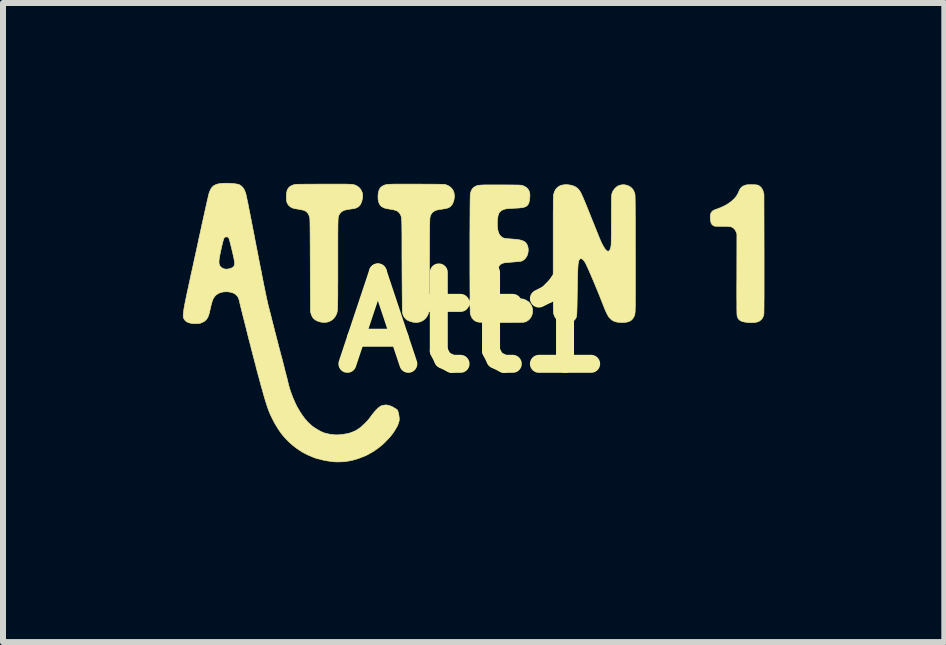
<source format=kicad_pcb>
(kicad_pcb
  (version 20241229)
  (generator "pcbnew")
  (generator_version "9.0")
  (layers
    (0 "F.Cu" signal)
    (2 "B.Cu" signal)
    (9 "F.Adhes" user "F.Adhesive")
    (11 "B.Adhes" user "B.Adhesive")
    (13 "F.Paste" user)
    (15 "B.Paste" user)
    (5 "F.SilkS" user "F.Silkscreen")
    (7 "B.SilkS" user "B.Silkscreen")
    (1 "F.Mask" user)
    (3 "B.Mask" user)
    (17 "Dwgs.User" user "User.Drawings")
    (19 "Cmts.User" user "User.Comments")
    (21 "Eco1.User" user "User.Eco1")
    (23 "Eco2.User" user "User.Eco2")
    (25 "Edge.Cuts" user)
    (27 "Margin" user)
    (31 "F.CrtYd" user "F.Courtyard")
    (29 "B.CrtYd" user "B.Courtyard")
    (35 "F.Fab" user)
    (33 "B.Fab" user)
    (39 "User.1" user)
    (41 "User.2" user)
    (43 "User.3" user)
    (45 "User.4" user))
  (footprint "Att1"
    (layer "F.Cu")
    (at 4.847 2.327)
    (property "Reference" "Att1" (at 0 0 0) (layer "F.SilkS") (effects (font (size 1.524 1.524) (thickness 0.3))))
    (attr through_hole)
    (fp_poly (pts (xy 4.672 -2.297) (xy 4.698 -2.296) (xy 4.719 -2.294) (xy 4.735 -2.291) (xy 4.749 -2.286) (xy 4.761 -2.279) (xy 4.774 -2.269) (xy 4.782 -2.262) (xy 4.8 -2.242) (xy 4.814 -2.22) (xy 4.826 -2.192) (xy 4.831 -2.174) (xy 4.841 -2.139) (xy 4.843 -1.152) (xy 4.843 -1.03) (xy 4.843 -0.917) (xy 4.843 -0.812) (xy 4.843 -0.715) (xy 4.843 -0.627) (xy 4.843 -0.546) (xy 4.843 -0.473) (xy 4.843 -0.408) (xy 4.842 -0.35) (xy 4.842 -0.299) (xy 4.842 -0.256) (xy 4.841 -0.219) (xy 4.841 -0.19) (xy 4.841 -0.166) (xy 4.84 -0.15) (xy 4.84 -0.139) (xy 4.839 -0.136) (xy 4.829 -0.1) (xy 4.813 -0.068) (xy 4.79 -0.042) (xy 4.763 -0.022) (xy 4.753 -0.017) (xy 4.72 -0.006) (xy 4.681 0.001) (xy 4.635 0.003) (xy 4.585 0.001) (xy 4.566 -0.000452) (xy 4.521 -0.007) (xy 4.485 -0.015) (xy 4.456 -0.026) (xy 4.433 -0.041) (xy 4.415 -0.059) (xy 4.403 -0.082) (xy 4.394 -0.109) (xy 4.392 -0.121) (xy 4.392 -0.128) (xy 4.391 -0.142) (xy 4.39 -0.161) (xy 4.39 -0.186) (xy 4.389 -0.218) (xy 4.389 -0.256) (xy 4.389 -0.301) (xy 4.389 -0.353) (xy 4.388 -0.413) (xy 4.388 -0.48) (xy 4.388 -0.556) (xy 4.388 -0.639) (xy 4.389 -0.73) (xy 4.389 -0.812) (xy 4.39 -1.474) (xy 4.38 -1.502) (xy 4.367 -1.532) (xy 4.352 -1.555) (xy 4.334 -1.573) (xy 4.325 -1.579) (xy 4.313 -1.586) (xy 4.302 -1.591) (xy 4.29 -1.595) (xy 4.276 -1.598) (xy 4.258 -1.6) (xy 4.236 -1.602) (xy 4.208 -1.602) (xy 4.174 -1.603) (xy 4.146 -1.603) (xy 4.113 -1.603) (xy 4.082 -1.604) (xy 4.056 -1.604) (xy 4.035 -1.605) (xy 4.02 -1.606) (xy 4.015 -1.607) (xy 3.993 -1.618) (xy 3.974 -1.634) (xy 3.964 -1.65) (xy 3.956 -1.672) (xy 3.95 -1.699) (xy 3.947 -1.73) (xy 3.946 -1.762) (xy 3.947 -1.768) (xy 3.948 -1.79) (xy 3.951 -1.806) (xy 3.956 -1.819) (xy 3.962 -1.831) (xy 3.97 -1.844) (xy 3.98 -1.855) (xy 3.992 -1.865) (xy 4.009 -1.873) (xy 4.031 -1.883) (xy 4.057 -1.892) (xy 4.127 -1.919) (xy 4.191 -1.949) (xy 4.249 -1.984) (xy 4.299 -2.021) (xy 4.338 -2.056) (xy 4.362 -2.082) (xy 4.381 -2.106) (xy 4.397 -2.131) (xy 4.411 -2.159) (xy 4.421 -2.181) (xy 4.435 -2.212) (xy 4.449 -2.236) (xy 4.465 -2.254) (xy 4.485 -2.269) (xy 4.509 -2.281) (xy 4.524 -2.287) (xy 4.535 -2.29) (xy 4.545 -2.293) (xy 4.556 -2.295) (xy 4.57 -2.296) (xy 4.588 -2.297) (xy 4.612 -2.297) (xy 4.638 -2.297) (xy 4.672 -2.297)) (stroke (width 0.01) (type solid)) (fill yes) (layer "F.SilkS"))
    (fp_poly (pts (xy -2.204 -2.307) (xy -2.163 -2.307) (xy -2.128 -2.307) (xy -2.098 -2.306) (xy -2.073 -2.305) (xy -2.051 -2.304) (xy -2.033 -2.303) (xy -2.018 -2.301) (xy -2.006 -2.299) (xy -1.995 -2.297) (xy -1.986 -2.294) (xy -1.977 -2.291) (xy -1.969 -2.288) (xy -1.961 -2.284) (xy -1.953 -2.281) (xy -1.921 -2.26) (xy -1.894 -2.234) (xy -1.873 -2.202) (xy -1.858 -2.167) (xy -1.851 -2.127) (xy -1.851 -2.085) (xy -1.853 -2.075) (xy -1.862 -2.029) (xy -1.876 -1.99) (xy -1.894 -1.958) (xy -1.917 -1.933) (xy -1.931 -1.924) (xy -1.944 -1.916) (xy -1.956 -1.911) (xy -1.968 -1.906) (xy -1.984 -1.902) (xy -2.003 -1.898) (xy -2.028 -1.894) (xy -2.045 -1.892) (xy -2.08 -1.887) (xy -2.107 -1.882) (xy -2.128 -1.878) (xy -2.145 -1.874) (xy -2.158 -1.87) (xy -2.17 -1.866) (xy -2.171 -1.865) (xy -2.192 -1.853) (xy -2.213 -1.835) (xy -2.231 -1.814) (xy -2.24 -1.799) (xy -2.243 -1.793) (xy -2.246 -1.788) (xy -2.249 -1.783) (xy -2.251 -1.777) (xy -2.253 -1.771) (xy -2.255 -1.764) (xy -2.256 -1.755) (xy -2.258 -1.744) (xy -2.259 -1.73) (xy -2.26 -1.714) (xy -2.261 -1.695) (xy -2.261 -1.672) (xy -2.262 -1.645) (xy -2.263 -1.614) (xy -2.263 -1.578) (xy -2.263 -1.537) (xy -2.264 -1.49) (xy -2.264 -1.437) (xy -2.264 -1.378) (xy -2.264 -1.312) (xy -2.264 -1.238) (xy -2.264 -1.157) (xy -2.264 -1.068) (xy -2.264 -0.994) (xy -2.264 -0.896) (xy -2.264 -0.807) (xy -2.264 -0.726) (xy -2.264 -0.652) (xy -2.265 -0.585) (xy -2.265 -0.525) (xy -2.265 -0.472) (xy -2.265 -0.424) (xy -2.266 -0.382) (xy -2.266 -0.345) (xy -2.267 -0.313) (xy -2.267 -0.285) (xy -2.268 -0.261) (xy -2.269 -0.241) (xy -2.27 -0.223) (xy -2.271 -0.209) (xy -2.272 -0.197) (xy -2.274 -0.186) (xy -2.275 -0.178) (xy -2.277 -0.17) (xy -2.279 -0.163) (xy -2.279 -0.161) (xy -2.296 -0.119) (xy -2.319 -0.083) (xy -2.347 -0.053) (xy -2.381 -0.029) (xy -2.418 -0.012) (xy -2.459 -0.003) (xy -2.502 -0.001) (xy -2.547 -0.007) (xy -2.557 -0.009) (xy -2.599 -0.022) (xy -2.634 -0.039) (xy -2.661 -0.059) (xy -2.683 -0.084) (xy -2.7 -0.114) (xy -2.712 -0.148) (xy -2.721 -0.182) (xy -2.724 -0.953) (xy -2.724 -1.05) (xy -2.725 -1.139) (xy -2.725 -1.22) (xy -2.725 -1.293) (xy -2.726 -1.359) (xy -2.726 -1.418) (xy -2.726 -1.471) (xy -2.727 -1.518) (xy -2.727 -1.559) (xy -2.727 -1.595) (xy -2.728 -1.626) (xy -2.728 -1.653) (xy -2.729 -1.675) (xy -2.729 -1.694) (xy -2.73 -1.71) (xy -2.73 -1.722) (xy -2.731 -1.732) (xy -2.732 -1.74) (xy -2.732 -1.746) (xy -2.733 -1.751) (xy -2.734 -1.752) (xy -2.747 -1.791) (xy -2.764 -1.822) (xy -2.788 -1.847) (xy -2.816 -1.865) (xy -2.82 -1.866) (xy -2.831 -1.87) (xy -2.849 -1.875) (xy -2.872 -1.879) (xy -2.897 -1.884) (xy -2.906 -1.886) (xy -2.931 -1.89) (xy -2.954 -1.894) (xy -2.974 -1.897) (xy -2.989 -1.9) (xy -2.992 -1.901) (xy -3.027 -1.912) (xy -3.058 -1.93) (xy -3.084 -1.953) (xy -3.103 -1.982) (xy -3.11 -1.996) (xy -3.116 -2.02) (xy -3.12 -2.049) (xy -3.122 -2.083) (xy -3.122 -2.117) (xy -3.119 -2.152) (xy -3.114 -2.182) (xy -3.107 -2.208) (xy -3.105 -2.213) (xy -3.089 -2.241) (xy -3.066 -2.264) (xy -3.037 -2.282) (xy -3 -2.296) (xy -2.998 -2.296) (xy -2.993 -2.298) (xy -2.988 -2.299) (xy -2.982 -2.3) (xy -2.975 -2.301) (xy -2.966 -2.302) (xy -2.956 -2.303) (xy -2.942 -2.304) (xy -2.925 -2.304) (xy -2.905 -2.305) (xy -2.88 -2.305) (xy -2.85 -2.305) (xy -2.815 -2.306) (xy -2.774 -2.306) (xy -2.727 -2.306) (xy -2.672 -2.306) (xy -2.61 -2.307) (xy -2.54 -2.307) (xy -2.509 -2.307) (xy -2.433 -2.307) (xy -2.365 -2.307) (xy -2.304 -2.307) (xy -2.251 -2.307) (xy -2.204 -2.307)) (stroke (width 0.01) (type solid)) (fill yes) (layer "F.SilkS"))
    (fp_poly (pts (xy -1.143 -2.307) (xy -1.08 -2.307) (xy -1.01 -2.307) (xy -0.945 -2.307) (xy -0.872 -2.307) (xy -0.807 -2.306) (xy -0.749 -2.306) (xy -0.699 -2.306) (xy -0.655 -2.306) (xy -0.618 -2.305) (xy -0.586 -2.305) (xy -0.559 -2.305) (xy -0.537 -2.304) (xy -0.519 -2.304) (xy -0.504 -2.303) (xy -0.493 -2.302) (xy -0.484 -2.302) (xy -0.477 -2.301) (xy -0.471 -2.3) (xy -0.467 -2.298) (xy -0.464 -2.298) (xy -0.422 -2.28) (xy -0.387 -2.257) (xy -0.36 -2.229) (xy -0.339 -2.197) (xy -0.326 -2.16) (xy -0.321 -2.119) (xy -0.321 -2.089) (xy -0.328 -2.042) (xy -0.341 -2.001) (xy -0.359 -1.966) (xy -0.382 -1.939) (xy -0.394 -1.928) (xy -0.407 -1.92) (xy -0.422 -1.912) (xy -0.441 -1.906) (xy -0.464 -1.901) (xy -0.493 -1.895) (xy -0.526 -1.89) (xy -0.552 -1.886) (xy -0.576 -1.882) (xy -0.596 -1.878) (xy -0.611 -1.875) (xy -0.617 -1.874) (xy -0.65 -1.86) (xy -0.678 -1.841) (xy -0.7 -1.818) (xy -0.712 -1.797) (xy -0.715 -1.791) (xy -0.717 -1.786) (xy -0.719 -1.781) (xy -0.721 -1.776) (xy -0.723 -1.77) (xy -0.725 -1.764) (xy -0.726 -1.756) (xy -0.728 -1.746) (xy -0.729 -1.735) (xy -0.73 -1.721) (xy -0.731 -1.704) (xy -0.731 -1.684) (xy -0.732 -1.66) (xy -0.733 -1.632) (xy -0.733 -1.6) (xy -0.733 -1.562) (xy -0.734 -1.52) (xy -0.734 -1.471) (xy -0.734 -1.417) (xy -0.735 -1.356) (xy -0.735 -1.288) (xy -0.735 -1.213) (xy -0.735 -1.131) (xy -0.736 -1.04) (xy -0.736 -0.97) (xy -0.736 -0.873) (xy -0.736 -0.785) (xy -0.737 -0.705) (xy -0.737 -0.632) (xy -0.737 -0.566) (xy -0.737 -0.507) (xy -0.738 -0.455) (xy -0.738 -0.408) (xy -0.738 -0.368) (xy -0.739 -0.332) (xy -0.739 -0.301) (xy -0.739 -0.275) (xy -0.74 -0.253) (xy -0.74 -0.234) (xy -0.741 -0.219) (xy -0.741 -0.207) (xy -0.742 -0.197) (xy -0.743 -0.189) (xy -0.744 -0.183) (xy -0.745 -0.178) (xy -0.745 -0.174) (xy -0.746 -0.173) (xy -0.763 -0.128) (xy -0.785 -0.089) (xy -0.814 -0.057) (xy -0.847 -0.031) (xy -0.885 -0.013) (xy -0.905 -0.007) (xy -0.936 -0.002) (xy -0.97 -0.001) (xy -1.005 -0.004) (xy -1.027 -0.009) (xy -1.069 -0.022) (xy -1.103 -0.038) (xy -1.131 -0.058) (xy -1.153 -0.082) (xy -1.17 -0.112) (xy -1.179 -0.136) (xy -1.181 -0.141) (xy -1.182 -0.147) (xy -1.184 -0.153) (xy -1.185 -0.161) (xy -1.186 -0.17) (xy -1.187 -0.183) (xy -1.187 -0.198) (xy -1.188 -0.217) (xy -1.189 -0.241) (xy -1.189 -0.27) (xy -1.19 -0.304) (xy -1.19 -0.345) (xy -1.19 -0.393) (xy -1.191 -0.449) (xy -1.191 -0.504) (xy -1.192 -0.562) (xy -1.192 -0.627) (xy -1.193 -0.698) (xy -1.193 -0.774) (xy -1.194 -0.852) (xy -1.194 -0.933) (xy -1.194 -1.013) (xy -1.195 -1.092) (xy -1.195 -1.169) (xy -1.195 -1.242) (xy -1.195 -1.271) (xy -1.195 -1.345) (xy -1.195 -1.412) (xy -1.195 -1.471) (xy -1.196 -1.523) (xy -1.196 -1.568) (xy -1.197 -1.607) (xy -1.197 -1.641) (xy -1.198 -1.67) (xy -1.199 -1.694) (xy -1.2 -1.714) (xy -1.202 -1.731) (xy -1.203 -1.745) (xy -1.205 -1.757) (xy -1.208 -1.767) (xy -1.21 -1.776) (xy -1.213 -1.784) (xy -1.217 -1.792) (xy -1.218 -1.795) (xy -1.232 -1.819) (xy -1.252 -1.841) (xy -1.276 -1.859) (xy -1.277 -1.859) (xy -1.295 -1.867) (xy -1.321 -1.875) (xy -1.355 -1.883) (xy -1.397 -1.89) (xy -1.423 -1.894) (xy -1.467 -1.902) (xy -1.502 -1.915) (xy -1.532 -1.931) (xy -1.554 -1.952) (xy -1.572 -1.979) (xy -1.584 -2.012) (xy -1.587 -2.024) (xy -1.592 -2.053) (xy -1.594 -2.087) (xy -1.593 -2.124) (xy -1.59 -2.152) (xy -1.582 -2.189) (xy -1.572 -2.218) (xy -1.558 -2.242) (xy -1.539 -2.261) (xy -1.515 -2.277) (xy -1.51 -2.279) (xy -1.501 -2.284) (xy -1.492 -2.288) (xy -1.484 -2.291) (xy -1.475 -2.294) (xy -1.465 -2.297) (xy -1.454 -2.299) (xy -1.441 -2.301) (xy -1.425 -2.303) (xy -1.406 -2.304) (xy -1.383 -2.305) (xy -1.357 -2.306) (xy -1.325 -2.307) (xy -1.289 -2.307) (xy -1.246 -2.307) (xy -1.198 -2.307) (xy -1.143 -2.307)) (stroke (width 0.01) (type solid)) (fill yes) (layer "F.SilkS"))
    (fp_poly (pts (xy 0.328 -2.294) (xy 0.385 -2.294) (xy 0.45 -2.294) (xy 0.461 -2.294) (xy 0.523 -2.294) (xy 0.576 -2.293) (xy 0.622 -2.293) (xy 0.661 -2.293) (xy 0.694 -2.292) (xy 0.722 -2.292) (xy 0.744 -2.292) (xy 0.762 -2.291) (xy 0.776 -2.29) (xy 0.787 -2.289) (xy 0.796 -2.288) (xy 0.803 -2.287) (xy 0.809 -2.286) (xy 0.814 -2.284) (xy 0.818 -2.283) (xy 0.855 -2.267) (xy 0.886 -2.246) (xy 0.909 -2.22) (xy 0.926 -2.19) (xy 0.936 -2.154) (xy 0.939 -2.112) (xy 0.935 -2.065) (xy 0.935 -2.064) (xy 0.929 -2.027) (xy 0.922 -1.997) (xy 0.912 -1.974) (xy 0.9 -1.956) (xy 0.884 -1.942) (xy 0.866 -1.931) (xy 0.853 -1.926) (xy 0.839 -1.921) (xy 0.824 -1.917) (xy 0.805 -1.914) (xy 0.783 -1.912) (xy 0.755 -1.909) (xy 0.721 -1.907) (xy 0.679 -1.905) (xy 0.672 -1.905) (xy 0.64 -1.903) (xy 0.61 -1.902) (xy 0.582 -1.899) (xy 0.559 -1.897) (xy 0.542 -1.895) (xy 0.536 -1.894) (xy 0.497 -1.883) (xy 0.466 -1.867) (xy 0.44 -1.846) (xy 0.421 -1.819) (xy 0.419 -1.815) (xy 0.412 -1.797) (xy 0.406 -1.771) (xy 0.401 -1.739) (xy 0.397 -1.703) (xy 0.395 -1.668) (xy 0.395 -1.611) (xy 0.4 -1.561) (xy 0.409 -1.518) (xy 0.423 -1.481) (xy 0.441 -1.452) (xy 0.465 -1.428) (xy 0.488 -1.413) (xy 0.501 -1.408) (xy 0.519 -1.404) (xy 0.541 -1.4) (xy 0.569 -1.397) (xy 0.605 -1.394) (xy 0.622 -1.393) (xy 0.675 -1.389) (xy 0.72 -1.384) (xy 0.758 -1.379) (xy 0.79 -1.372) (xy 0.816 -1.364) (xy 0.838 -1.354) (xy 0.856 -1.342) (xy 0.87 -1.329) (xy 0.878 -1.32) (xy 0.895 -1.291) (xy 0.906 -1.257) (xy 0.911 -1.221) (xy 0.91 -1.183) (xy 0.903 -1.145) (xy 0.89 -1.11) (xy 0.886 -1.102) (xy 0.87 -1.078) (xy 0.85 -1.056) (xy 0.828 -1.038) (xy 0.807 -1.026) (xy 0.805 -1.026) (xy 0.795 -1.023) (xy 0.783 -1.02) (xy 0.766 -1.018) (xy 0.744 -1.015) (xy 0.715 -1.013) (xy 0.68 -1.01) (xy 0.655 -1.008) (xy 0.621 -1.005) (xy 0.589 -1.002) (xy 0.56 -1) (xy 0.535 -0.997) (xy 0.516 -0.995) (xy 0.505 -0.993) (xy 0.504 -0.993) (xy 0.472 -0.982) (xy 0.448 -0.968) (xy 0.43 -0.949) (xy 0.417 -0.924) (xy 0.413 -0.91) (xy 0.411 -0.898) (xy 0.409 -0.879) (xy 0.407 -0.854) (xy 0.406 -0.824) (xy 0.405 -0.79) (xy 0.404 -0.754) (xy 0.404 -0.717) (xy 0.403 -0.679) (xy 0.403 -0.643) (xy 0.404 -0.609) (xy 0.405 -0.58) (xy 0.406 -0.555) (xy 0.407 -0.545) (xy 0.41 -0.513) (xy 0.414 -0.489) (xy 0.42 -0.471) (xy 0.428 -0.456) (xy 0.437 -0.445) (xy 0.446 -0.437) (xy 0.456 -0.429) (xy 0.468 -0.423) (xy 0.483 -0.418) (xy 0.502 -0.414) (xy 0.525 -0.411) (xy 0.554 -0.408) (xy 0.589 -0.405) (xy 0.631 -0.402) (xy 0.666 -0.401) (xy 0.701 -0.399) (xy 0.734 -0.397) (xy 0.763 -0.396) (xy 0.788 -0.394) (xy 0.807 -0.393) (xy 0.819 -0.392) (xy 0.821 -0.392) (xy 0.844 -0.385) (xy 0.87 -0.374) (xy 0.895 -0.359) (xy 0.918 -0.343) (xy 0.926 -0.335) (xy 0.951 -0.304) (xy 0.969 -0.271) (xy 0.98 -0.235) (xy 0.984 -0.198) (xy 0.982 -0.161) (xy 0.973 -0.126) (xy 0.958 -0.093) (xy 0.938 -0.063) (xy 0.911 -0.037) (xy 0.879 -0.017) (xy 0.868 -0.012) (xy 0.862 -0.01) (xy 0.857 -0.008) (xy 0.85 -0.007) (xy 0.842 -0.005) (xy 0.832 -0.004) (xy 0.818 -0.003) (xy 0.801 -0.003) (xy 0.779 -0.002) (xy 0.751 -0.001) (xy 0.717 -0.001) (xy 0.676 -0.001) (xy 0.627 -0.000028) (xy 0.626 -0.000016) (xy 0.576 0.000398) (xy 0.522 0.001) (xy 0.466 0.001) (xy 0.41 0.001) (xy 0.356 0.001) (xy 0.306 0.000316) (xy 0.263 -0.000119) (xy 0.245 -0.000362) (xy 0.201 -0.001) (xy 0.165 -0.002) (xy 0.136 -0.003) (xy 0.112 -0.004) (xy 0.093 -0.005) (xy 0.078 -0.007) (xy 0.066 -0.009) (xy 0.056 -0.012) (xy 0.046 -0.016) (xy 0.036 -0.021) (xy 0.027 -0.025) (xy -0.001 -0.045) (xy -0.024 -0.072) (xy -0.042 -0.105) (xy -0.054 -0.145) (xy -0.055 -0.152) (xy -0.056 -0.16) (xy -0.057 -0.177) (xy -0.057 -0.202) (xy -0.058 -0.234) (xy -0.059 -0.272) (xy -0.059 -0.317) (xy -0.06 -0.368) (xy -0.06 -0.424) (xy -0.06 -0.485) (xy -0.061 -0.55) (xy -0.061 -0.619) (xy -0.061 -0.691) (xy -0.062 -0.767) (xy -0.062 -0.844) (xy -0.062 -0.924) (xy -0.062 -1.004) (xy -0.062 -1.086) (xy -0.062 -1.168) (xy -0.062 -1.25) (xy -0.062 -1.331) (xy -0.062 -1.411) (xy -0.062 -1.49) (xy -0.061 -1.566) (xy -0.061 -1.64) (xy -0.061 -1.711) (xy -0.06 -1.778) (xy -0.06 -1.841) (xy -0.06 -1.9) (xy -0.059 -1.953) (xy -0.059 -2.001) (xy -0.058 -2.043) (xy -0.057 -2.079) (xy -0.057 -2.107) (xy -0.056 -2.128) (xy -0.055 -2.141) (xy -0.055 -2.144) (xy -0.044 -2.184) (xy -0.029 -2.217) (xy -0.009 -2.243) (xy 0.017 -2.263) (xy 0.033 -2.271) (xy 0.043 -2.276) (xy 0.052 -2.279) (xy 0.062 -2.283) (xy 0.073 -2.285) (xy 0.086 -2.288) (xy 0.102 -2.289) (xy 0.12 -2.291) (xy 0.142 -2.292) (xy 0.168 -2.293) (xy 0.199 -2.294) (xy 0.236 -2.294) (xy 0.278 -2.294) (xy 0.328 -2.294)) (stroke (width 0.01) (type solid)) (fill yes) (layer "F.SilkS"))
    (fp_poly (pts (xy 1.559 -2.298) (xy 1.608 -2.292) (xy 1.653 -2.281) (xy 1.691 -2.265) (xy 1.724 -2.245) (xy 1.739 -2.231) (xy 1.746 -2.223) (xy 1.753 -2.216) (xy 1.759 -2.208) (xy 1.766 -2.199) (xy 1.772 -2.19) (xy 1.779 -2.178) (xy 1.787 -2.164) (xy 1.795 -2.148) (xy 1.804 -2.129) (xy 1.814 -2.106) (xy 1.826 -2.08) (xy 1.839 -2.049) (xy 1.854 -2.013) (xy 1.871 -1.972) (xy 1.89 -1.926) (xy 1.911 -1.873) (xy 1.935 -1.814) (xy 1.961 -1.748) (xy 1.991 -1.675) (xy 2.011 -1.625) (xy 2.034 -1.568) (xy 2.053 -1.519) (xy 2.071 -1.476) (xy 2.085 -1.44) (xy 2.098 -1.409) (xy 2.109 -1.382) (xy 2.119 -1.36) (xy 2.127 -1.341) (xy 2.135 -1.325) (xy 2.142 -1.311) (xy 2.148 -1.298) (xy 2.155 -1.286) (xy 2.162 -1.273) (xy 2.17 -1.26) (xy 2.171 -1.258) (xy 2.191 -1.227) (xy 2.209 -1.206) (xy 2.226 -1.192) (xy 2.242 -1.188) (xy 2.256 -1.192) (xy 2.268 -1.204) (xy 2.278 -1.226) (xy 2.287 -1.255) (xy 2.289 -1.263) (xy 2.29 -1.269) (xy 2.291 -1.277) (xy 2.292 -1.288) (xy 2.293 -1.301) (xy 2.294 -1.318) (xy 2.294 -1.338) (xy 2.295 -1.363) (xy 2.295 -1.393) (xy 2.295 -1.428) (xy 2.296 -1.47) (xy 2.296 -1.518) (xy 2.296 -1.573) (xy 2.296 -1.636) (xy 2.297 -1.704) (xy 2.297 -1.775) (xy 2.297 -1.838) (xy 2.297 -1.893) (xy 2.297 -1.942) (xy 2.298 -1.983) (xy 2.298 -2.019) (xy 2.299 -2.05) (xy 2.299 -2.076) (xy 2.3 -2.097) (xy 2.302 -2.115) (xy 2.303 -2.129) (xy 2.305 -2.142) (xy 2.307 -2.152) (xy 2.31 -2.16) (xy 2.313 -2.168) (xy 2.316 -2.176) (xy 2.32 -2.184) (xy 2.324 -2.191) (xy 2.339 -2.214) (xy 2.359 -2.238) (xy 2.382 -2.259) (xy 2.405 -2.275) (xy 2.409 -2.277) (xy 2.448 -2.291) (xy 2.487 -2.297) (xy 2.527 -2.295) (xy 2.568 -2.283) (xy 2.586 -2.276) (xy 2.617 -2.258) (xy 2.642 -2.235) (xy 2.663 -2.208) (xy 2.679 -2.174) (xy 2.688 -2.148) (xy 2.689 -2.145) (xy 2.689 -2.141) (xy 2.69 -2.136) (xy 2.691 -2.129) (xy 2.691 -2.121) (xy 2.692 -2.111) (xy 2.692 -2.099) (xy 2.693 -2.083) (xy 2.693 -2.065) (xy 2.694 -2.043) (xy 2.694 -2.017) (xy 2.694 -1.988) (xy 2.695 -1.953) (xy 2.695 -1.914) (xy 2.695 -1.87) (xy 2.695 -1.82) (xy 2.696 -1.764) (xy 2.696 -1.702) (xy 2.696 -1.633) (xy 2.696 -1.558) (xy 2.696 -1.475) (xy 2.696 -1.384) (xy 2.696 -1.286) (xy 2.697 -1.179) (xy 2.697 -1.153) (xy 2.697 -1.042) (xy 2.697 -0.94) (xy 2.697 -0.846) (xy 2.697 -0.76) (xy 2.697 -0.681) (xy 2.697 -0.609) (xy 2.697 -0.544) (xy 2.697 -0.485) (xy 2.697 -0.432) (xy 2.697 -0.385) (xy 2.696 -0.343) (xy 2.696 -0.306) (xy 2.696 -0.273) (xy 2.695 -0.245) (xy 2.694 -0.22) (xy 2.694 -0.199) (xy 2.693 -0.181) (xy 2.692 -0.166) (xy 2.69 -0.154) (xy 2.689 -0.143) (xy 2.688 -0.135) (xy 2.686 -0.128) (xy 2.684 -0.121) (xy 2.682 -0.116) (xy 2.68 -0.111) (xy 2.678 -0.106) (xy 2.675 -0.101) (xy 2.674 -0.097) (xy 2.656 -0.067) (xy 2.635 -0.043) (xy 2.608 -0.025) (xy 2.575 -0.011) (xy 2.536 -0.003) (xy 2.49 0.000437) (xy 2.441 -0.001) (xy 2.398 -0.005) (xy 2.361 -0.014) (xy 2.328 -0.027) (xy 2.299 -0.046) (xy 2.273 -0.07) (xy 2.257 -0.088) (xy 2.242 -0.111) (xy 2.226 -0.14) (xy 2.209 -0.174) (xy 2.191 -0.216) (xy 2.171 -0.265) (xy 2.163 -0.285) (xy 2.146 -0.329) (xy 2.127 -0.377) (xy 2.107 -0.428) (xy 2.086 -0.48) (xy 2.064 -0.534) (xy 2.041 -0.588) (xy 2.019 -0.642) (xy 1.997 -0.695) (xy 1.975 -0.746) (xy 1.954 -0.795) (xy 1.934 -0.84) (xy 1.916 -0.882) (xy 1.899 -0.919) (xy 1.884 -0.951) (xy 1.872 -0.977) (xy 1.862 -0.996) (xy 1.855 -1.008) (xy 1.855 -1.008) (xy 1.836 -1.034) (xy 1.818 -1.052) (xy 1.801 -1.062) (xy 1.786 -1.064) (xy 1.772 -1.058) (xy 1.761 -1.044) (xy 1.761 -1.043) (xy 1.757 -1.036) (xy 1.754 -1.029) (xy 1.752 -1.021) (xy 1.749 -1.012) (xy 1.747 -1.001) (xy 1.745 -0.988) (xy 1.743 -0.972) (xy 1.741 -0.954) (xy 1.74 -0.931) (xy 1.738 -0.905) (xy 1.737 -0.875) (xy 1.736 -0.84) (xy 1.735 -0.799) (xy 1.733 -0.753) (xy 1.732 -0.7) (xy 1.731 -0.641) (xy 1.73 -0.575) (xy 1.728 -0.501) (xy 1.727 -0.419) (xy 1.726 -0.355) (xy 1.725 -0.301) (xy 1.724 -0.256) (xy 1.723 -0.218) (xy 1.722 -0.186) (xy 1.721 -0.16) (xy 1.72 -0.138) (xy 1.718 -0.121) (xy 1.716 -0.108) (xy 1.714 -0.096) (xy 1.711 -0.087) (xy 1.708 -0.079) (xy 1.704 -0.071) (xy 1.702 -0.068) (xy 1.689 -0.049) (xy 1.669 -0.031) (xy 1.647 -0.018) (xy 1.647 -0.018) (xy 1.621 -0.01) (xy 1.59 -0.004) (xy 1.556 -0.002) (xy 1.52 -0.002) (xy 1.486 -0.005) (xy 1.463 -0.01) (xy 1.426 -0.023) (xy 1.395 -0.042) (xy 1.37 -0.069) (xy 1.35 -0.102) (xy 1.336 -0.141) (xy 1.336 -0.142) (xy 1.335 -0.146) (xy 1.334 -0.15) (xy 1.333 -0.155) (xy 1.332 -0.161) (xy 1.332 -0.167) (xy 1.331 -0.176) (xy 1.33 -0.186) (xy 1.33 -0.199) (xy 1.329 -0.214) (xy 1.329 -0.232) (xy 1.329 -0.254) (xy 1.328 -0.279) (xy 1.328 -0.308) (xy 1.328 -0.342) (xy 1.328 -0.381) (xy 1.327 -0.424) (xy 1.327 -0.473) (xy 1.327 -0.528) (xy 1.327 -0.589) (xy 1.327 -0.657) (xy 1.327 -0.731) (xy 1.327 -0.813) (xy 1.327 -0.902) (xy 1.327 -0.999) (xy 1.327 -1.105) (xy 1.327 -1.143) (xy 1.327 -1.251) (xy 1.327 -1.351) (xy 1.327 -1.443) (xy 1.327 -1.528) (xy 1.327 -1.605) (xy 1.327 -1.674) (xy 1.327 -1.738) (xy 1.327 -1.795) (xy 1.327 -1.846) (xy 1.328 -1.891) (xy 1.328 -1.931) (xy 1.328 -1.967) (xy 1.328 -1.998) (xy 1.328 -2.024) (xy 1.329 -2.047) (xy 1.329 -2.066) (xy 1.33 -2.083) (xy 1.33 -2.096) (xy 1.331 -2.107) (xy 1.331 -2.116) (xy 1.332 -2.123) (xy 1.333 -2.129) (xy 1.334 -2.134) (xy 1.334 -2.138) (xy 1.335 -2.142) (xy 1.336 -2.143) (xy 1.35 -2.186) (xy 1.37 -2.221) (xy 1.396 -2.25) (xy 1.427 -2.273) (xy 1.463 -2.288) (xy 1.505 -2.296) (xy 1.553 -2.298) (xy 1.559 -2.298)) (stroke (width 0.01) (type solid)) (fill yes) (layer "F.SilkS"))
    (fp_poly (pts (xy -4.088 -2.321) (xy -4.047 -2.319) (xy -4.008 -2.316) (xy -3.973 -2.312) (xy -3.942 -2.307) (xy -3.917 -2.301) (xy -3.906 -2.297) (xy -3.877 -2.278) (xy -3.85 -2.253) (xy -3.827 -2.219) (xy -3.809 -2.178) (xy -3.805 -2.168) (xy -3.803 -2.162) (xy -3.801 -2.156) (xy -3.799 -2.148) (xy -3.797 -2.14) (xy -3.794 -2.13) (xy -3.791 -2.117) (xy -3.788 -2.103) (xy -3.784 -2.085) (xy -3.78 -2.064) (xy -3.775 -2.04) (xy -3.769 -2.012) (xy -3.762 -1.979) (xy -3.755 -1.942) (xy -3.747 -1.9) (xy -3.737 -1.852) (xy -3.727 -1.799) (xy -3.715 -1.74) (xy -3.702 -1.673) (xy -3.688 -1.601) (xy -3.672 -1.52) (xy -3.655 -1.432) (xy -3.637 -1.336) (xy -3.626 -1.281) (xy -3.605 -1.175) (xy -3.586 -1.076) (xy -3.569 -0.986) (xy -3.552 -0.903) (xy -3.537 -0.827) (xy -3.524 -0.757) (xy -3.511 -0.694) (xy -3.5 -0.636) (xy -3.489 -0.584) (xy -3.479 -0.536) (xy -3.471 -0.493) (xy -3.462 -0.454) (xy -3.455 -0.418) (xy -3.448 -0.386) (xy -3.441 -0.357) (xy -3.435 -0.33) (xy -3.429 -0.304) (xy -3.424 -0.281) (xy -3.418 -0.258) (xy -3.412 -0.237) (xy -3.411 -0.232) (xy -3.4 -0.188) (xy -3.388 -0.144) (xy -3.377 -0.1) (xy -3.367 -0.059) (xy -3.357 -0.02) (xy -3.348 0.016) (xy -3.34 0.046) (xy -3.333 0.071) (xy -3.329 0.09) (xy -3.326 0.101) (xy -3.326 0.101) (xy -3.323 0.113) (xy -3.32 0.125) (xy -3.317 0.138) (xy -3.313 0.155) (xy -3.307 0.176) (xy -3.3 0.201) (xy -3.296 0.217) (xy -3.291 0.239) (xy -3.284 0.266) (xy -3.275 0.298) (xy -3.267 0.331) (xy -3.258 0.366) (xy -3.257 0.37) (xy -3.248 0.406) (xy -3.238 0.442) (xy -3.229 0.477) (xy -3.221 0.509) (xy -3.214 0.536) (xy -3.208 0.556) (xy -3.208 0.556) (xy -3.195 0.603) (xy -3.181 0.657) (xy -3.166 0.717) (xy -3.155 0.762) (xy -3.142 0.815) (xy -3.128 0.867) (xy -3.12 0.898) (xy -3.114 0.92) (xy -3.107 0.946) (xy -3.101 0.971) (xy -3.1 0.977) (xy -3.091 1.016) (xy -3.081 1.055) (xy -3.069 1.097) (xy -3.054 1.144) (xy -3.047 1.163) (xy -3.017 1.245) (xy -2.983 1.324) (xy -2.946 1.401) (xy -2.905 1.472) (xy -2.862 1.539) (xy -2.817 1.6) (xy -2.77 1.655) (xy -2.722 1.702) (xy -2.684 1.733) (xy -2.656 1.753) (xy -2.624 1.773) (xy -2.591 1.793) (xy -2.559 1.811) (xy -2.528 1.826) (xy -2.5 1.838) (xy -2.478 1.845) (xy -2.477 1.845) (xy -2.451 1.851) (xy -2.432 1.856) (xy -2.417 1.859) (xy -2.405 1.862) (xy -2.393 1.864) (xy -2.379 1.866) (xy -2.362 1.868) (xy -2.343 1.87) (xy -2.314 1.873) (xy -2.284 1.874) (xy -2.253 1.873) (xy -2.218 1.87) (xy -2.179 1.865) (xy -2.133 1.858) (xy -2.109 1.854) (xy -2.068 1.844) (xy -2.023 1.828) (xy -1.975 1.807) (xy -1.97 1.804) (xy -1.957 1.797) (xy -1.946 1.791) (xy -1.935 1.784) (xy -1.922 1.775) (xy -1.905 1.764) (xy -1.885 1.749) (xy -1.873 1.739) (xy -1.856 1.724) (xy -1.837 1.706) (xy -1.816 1.686) (xy -1.795 1.665) (xy -1.776 1.645) (xy -1.759 1.627) (xy -1.747 1.613) (xy -1.74 1.604) (xy -1.718 1.573) (xy -1.694 1.54) (xy -1.668 1.508) (xy -1.642 1.477) (xy -1.616 1.45) (xy -1.593 1.427) (xy -1.574 1.412) (xy -1.556 1.399) (xy -1.541 1.39) (xy -1.525 1.385) (xy -1.513 1.382) (xy -1.493 1.378) (xy -1.473 1.376) (xy -1.46 1.375) (xy -1.439 1.377) (xy -1.415 1.383) (xy -1.389 1.391) (xy -1.365 1.4) (xy -1.347 1.41) (xy -1.346 1.411) (xy -1.335 1.418) (xy -1.326 1.423) (xy -1.324 1.423) (xy -1.319 1.426) (xy -1.309 1.432) (xy -1.296 1.441) (xy -1.294 1.442) (xy -1.268 1.461) (xy -1.255 1.505) (xy -1.246 1.546) (xy -1.241 1.587) (xy -1.241 1.59) (xy -1.24 1.609) (xy -1.24 1.623) (xy -1.241 1.636) (xy -1.245 1.651) (xy -1.251 1.669) (xy -1.254 1.681) (xy -1.261 1.7) (xy -1.267 1.716) (xy -1.271 1.727) (xy -1.274 1.731) (xy -1.277 1.735) (xy -1.283 1.745) (xy -1.291 1.759) (xy -1.294 1.765) (xy -1.306 1.786) (xy -1.322 1.811) (xy -1.341 1.84) (xy -1.366 1.873) (xy -1.379 1.89) (xy -1.388 1.901) (xy -1.401 1.916) (xy -1.418 1.934) (xy -1.437 1.955) (xy -1.457 1.975) (xy -1.486 2.005) (xy -1.512 2.029) (xy -1.537 2.051) (xy -1.564 2.073) (xy -1.594 2.096) (xy -1.602 2.101) (xy -1.618 2.113) (xy -1.635 2.125) (xy -1.642 2.13) (xy -1.657 2.141) (xy -1.677 2.153) (xy -1.701 2.167) (xy -1.726 2.181) (xy -1.751 2.195) (xy -1.774 2.208) (xy -1.794 2.218) (xy -1.81 2.225) (xy -1.815 2.227) (xy -1.828 2.232) (xy -1.845 2.238) (xy -1.863 2.246) (xy -1.863 2.246) (xy -1.936 2.273) (xy -2.015 2.296) (xy -2.095 2.312) (xy -2.177 2.322) (xy -2.258 2.325) (xy -2.274 2.325) (xy -2.295 2.324) (xy -2.313 2.323) (xy -2.325 2.323) (xy -2.331 2.323) (xy -2.331 2.323) (xy -2.336 2.322) (xy -2.347 2.32) (xy -2.363 2.318) (xy -2.374 2.317) (xy -2.408 2.312) (xy -2.445 2.307) (xy -2.48 2.3) (xy -2.512 2.294) (xy -2.538 2.287) (xy -2.547 2.285) (xy -2.563 2.28) (xy -2.578 2.277) (xy -2.587 2.275) (xy -2.587 2.275) (xy -2.596 2.273) (xy -2.612 2.268) (xy -2.63 2.263) (xy -2.65 2.256) (xy -2.668 2.249) (xy -2.682 2.244) (xy -2.691 2.24) (xy -2.691 2.24) (xy -2.703 2.234) (xy -2.711 2.231) (xy -2.719 2.228) (xy -2.733 2.222) (xy -2.75 2.215) (xy -2.768 2.207) (xy -2.783 2.2) (xy -2.794 2.194) (xy -2.802 2.19) (xy -2.814 2.184) (xy -2.825 2.178) (xy -2.84 2.17) (xy -2.853 2.163) (xy -2.86 2.159) (xy -2.868 2.153) (xy -2.882 2.144) (xy -2.898 2.134) (xy -2.906 2.129) (xy -2.963 2.09) (xy -3.02 2.045) (xy -3.076 1.995) (xy -3.128 1.942) (xy -3.131 1.939) (xy -3.148 1.921) (xy -3.163 1.903) (xy -3.176 1.889) (xy -3.185 1.879) (xy -3.187 1.876) (xy -3.203 1.854) (xy -3.217 1.835) (xy -3.231 1.816) (xy -3.245 1.796) (xy -3.261 1.771) (xy -3.27 1.757) (xy -3.289 1.726) (xy -3.311 1.69) (xy -3.332 1.65) (xy -3.354 1.608) (xy -3.374 1.568) (xy -3.392 1.53) (xy -3.406 1.496) (xy -3.409 1.489) (xy -3.417 1.468) (xy -3.425 1.446) (xy -3.433 1.424) (xy -3.442 1.398) (xy -3.451 1.369) (xy -3.462 1.335) (xy -3.474 1.296) (xy -3.488 1.249) (xy -3.497 1.22) (xy -3.503 1.199) (xy -3.51 1.174) (xy -3.517 1.149) (xy -3.519 1.141) (xy -3.525 1.119) (xy -3.531 1.097) (xy -3.537 1.078) (xy -3.539 1.071) (xy -3.543 1.056) (xy -3.549 1.035) (xy -3.555 1.012) (xy -3.56 0.992) (xy -3.568 0.965) (xy -3.576 0.933) (xy -3.584 0.903) (xy -3.589 0.887) (xy -3.595 0.864) (xy -3.603 0.836) (xy -3.611 0.805) (xy -3.619 0.774) (xy -3.624 0.755) (xy -3.631 0.726) (xy -3.637 0.702) (xy -3.643 0.68) (xy -3.649 0.658) (xy -3.655 0.635) (xy -3.662 0.607) (xy -3.671 0.574) (xy -3.672 0.572) (xy -3.676 0.555) (xy -3.682 0.532) (xy -3.689 0.504) (xy -3.697 0.474) (xy -3.704 0.444) (xy -3.705 0.442) (xy -3.712 0.415) (xy -3.718 0.389) (xy -3.724 0.367) (xy -3.728 0.351) (xy -3.731 0.341) (xy -3.731 0.339) (xy -3.734 0.33) (xy -3.738 0.315) (xy -3.743 0.295) (xy -3.749 0.272) (xy -3.755 0.248) (xy -3.761 0.225) (xy -3.766 0.204) (xy -3.77 0.189) (xy -3.771 0.184) (xy -3.773 0.176) (xy -3.777 0.16) (xy -3.782 0.139) (xy -3.789 0.113) (xy -3.796 0.083) (xy -3.804 0.052) (xy -3.805 0.048) (xy -3.819 -0.009) (xy -3.832 -0.058) (xy -3.843 -0.1) (xy -3.852 -0.137) (xy -3.86 -0.169) (xy -3.867 -0.197) (xy -3.873 -0.222) (xy -3.879 -0.245) (xy -3.884 -0.266) (xy -3.889 -0.288) (xy -3.893 -0.304) (xy -3.901 -0.338) (xy -3.907 -0.364) (xy -3.913 -0.384) (xy -3.918 -0.4) (xy -3.924 -0.413) (xy -3.93 -0.424) (xy -3.936 -0.434) (xy -3.94 -0.439) (xy -3.964 -0.465) (xy -3.995 -0.485) (xy -4.032 -0.5) (xy -4.075 -0.509) (xy -4.122 -0.513) (xy -4.128 -0.513) (xy -4.177 -0.509) (xy -4.221 -0.499) (xy -4.26 -0.482) (xy -4.293 -0.458) (xy -4.302 -0.45) (xy -4.317 -0.433) (xy -4.331 -0.414) (xy -4.343 -0.393) (xy -4.354 -0.367) (xy -4.364 -0.336) (xy -4.374 -0.3) (xy -4.385 -0.256) (xy -4.392 -0.223) (xy -4.401 -0.184) (xy -4.408 -0.153) (xy -4.416 -0.127) (xy -4.423 -0.106) (xy -4.431 -0.088) (xy -4.44 -0.072) (xy -4.444 -0.067) (xy -4.466 -0.039) (xy -4.494 -0.016) (xy -4.529 0.001) (xy -4.557 0.012) (xy -4.579 0.016) (xy -4.608 0.019) (xy -4.64 0.019) (xy -4.673 0.018) (xy -4.704 0.015) (xy -4.731 0.009) (xy -4.732 0.009) (xy -4.765 -0.002) (xy -4.792 -0.017) (xy -4.813 -0.036) (xy -4.829 -0.06) (xy -4.831 -0.062) (xy -4.837 -0.077) (xy -4.841 -0.093) (xy -4.842 -0.112) (xy -4.841 -0.136) (xy -4.838 -0.166) (xy -4.837 -0.173) (xy -4.835 -0.193) (xy -4.832 -0.212) (xy -4.829 -0.233) (xy -4.825 -0.256) (xy -4.82 -0.281) (xy -4.815 -0.309) (xy -4.809 -0.341) (xy -4.802 -0.376) (xy -4.793 -0.417) (xy -4.784 -0.462) (xy -4.773 -0.514) (xy -4.76 -0.572) (xy -4.746 -0.638) (xy -4.73 -0.711) (xy -4.725 -0.736) (xy -4.713 -0.791) (xy -4.699 -0.853) (xy -4.684 -0.922) (xy -4.668 -0.996) (xy -4.667 -1.001) (xy -4.246 -1.001) (xy -4.243 -0.979) (xy -4.238 -0.96) (xy -4.229 -0.944) (xy -4.218 -0.93) (xy -4.213 -0.925) (xy -4.187 -0.905) (xy -4.157 -0.893) (xy -4.123 -0.889) (xy -4.086 -0.893) (xy -4.066 -0.898) (xy -4.039 -0.907) (xy -4.019 -0.917) (xy -4.005 -0.927) (xy -3.996 -0.94) (xy -3.994 -0.944) (xy -3.99 -0.953) (xy -3.987 -0.964) (xy -3.986 -0.978) (xy -3.986 -0.993) (xy -3.988 -1.013) (xy -3.991 -1.036) (xy -3.996 -1.064) (xy -4.003 -1.098) (xy -4.012 -1.138) (xy -4.023 -1.184) (xy -4.036 -1.239) (xy -4.04 -1.255) (xy -4.05 -1.295) (xy -4.058 -1.326) (xy -4.064 -1.351) (xy -4.069 -1.37) (xy -4.074 -1.385) (xy -4.078 -1.396) (xy -4.081 -1.404) (xy -4.085 -1.41) (xy -4.089 -1.415) (xy -4.092 -1.418) (xy -4.104 -1.426) (xy -4.12 -1.428) (xy -4.137 -1.425) (xy -4.152 -1.417) (xy -4.163 -1.405) (xy -4.164 -1.403) (xy -4.168 -1.393) (xy -4.173 -1.376) (xy -4.179 -1.353) (xy -4.186 -1.325) (xy -4.194 -1.293) (xy -4.202 -1.259) (xy -4.21 -1.223) (xy -4.218 -1.188) (xy -4.225 -1.153) (xy -4.227 -1.145) (xy -4.236 -1.099) (xy -4.242 -1.061) (xy -4.245 -1.028) (xy -4.246 -1.001) (xy -4.667 -1.001) (xy -4.651 -1.074) (xy -4.633 -1.155) (xy -4.615 -1.237) (xy -4.597 -1.32) (xy -4.58 -1.402) (xy -4.562 -1.482) (xy -4.545 -1.559) (xy -4.535 -1.609) (xy -4.52 -1.675) (xy -4.506 -1.74) (xy -4.492 -1.802) (xy -4.479 -1.861) (xy -4.467 -1.916) (xy -4.455 -1.968) (xy -4.445 -2.014) (xy -4.435 -2.055) (xy -4.427 -2.091) (xy -4.42 -2.12) (xy -4.415 -2.142) (xy -4.411 -2.156) (xy -4.41 -2.16) (xy -4.394 -2.201) (xy -4.376 -2.234) (xy -4.356 -2.26) (xy -4.331 -2.281) (xy -4.302 -2.297) (xy -4.266 -2.309) (xy -4.261 -2.31) (xy -4.235 -2.315) (xy -4.204 -2.319) (xy -4.168 -2.321) (xy -4.128 -2.322) (xy -4.088 -2.321)) (stroke (width 0.01) (type solid)) (fill yes) (layer "F.SilkS")))
  (gr_rect
    (start -3 -3)
    (end 12.695 7.656)
    (stroke (width 0.1) (type default))
    (fill no)
    (layer "Edge.Cuts")))
</source>
